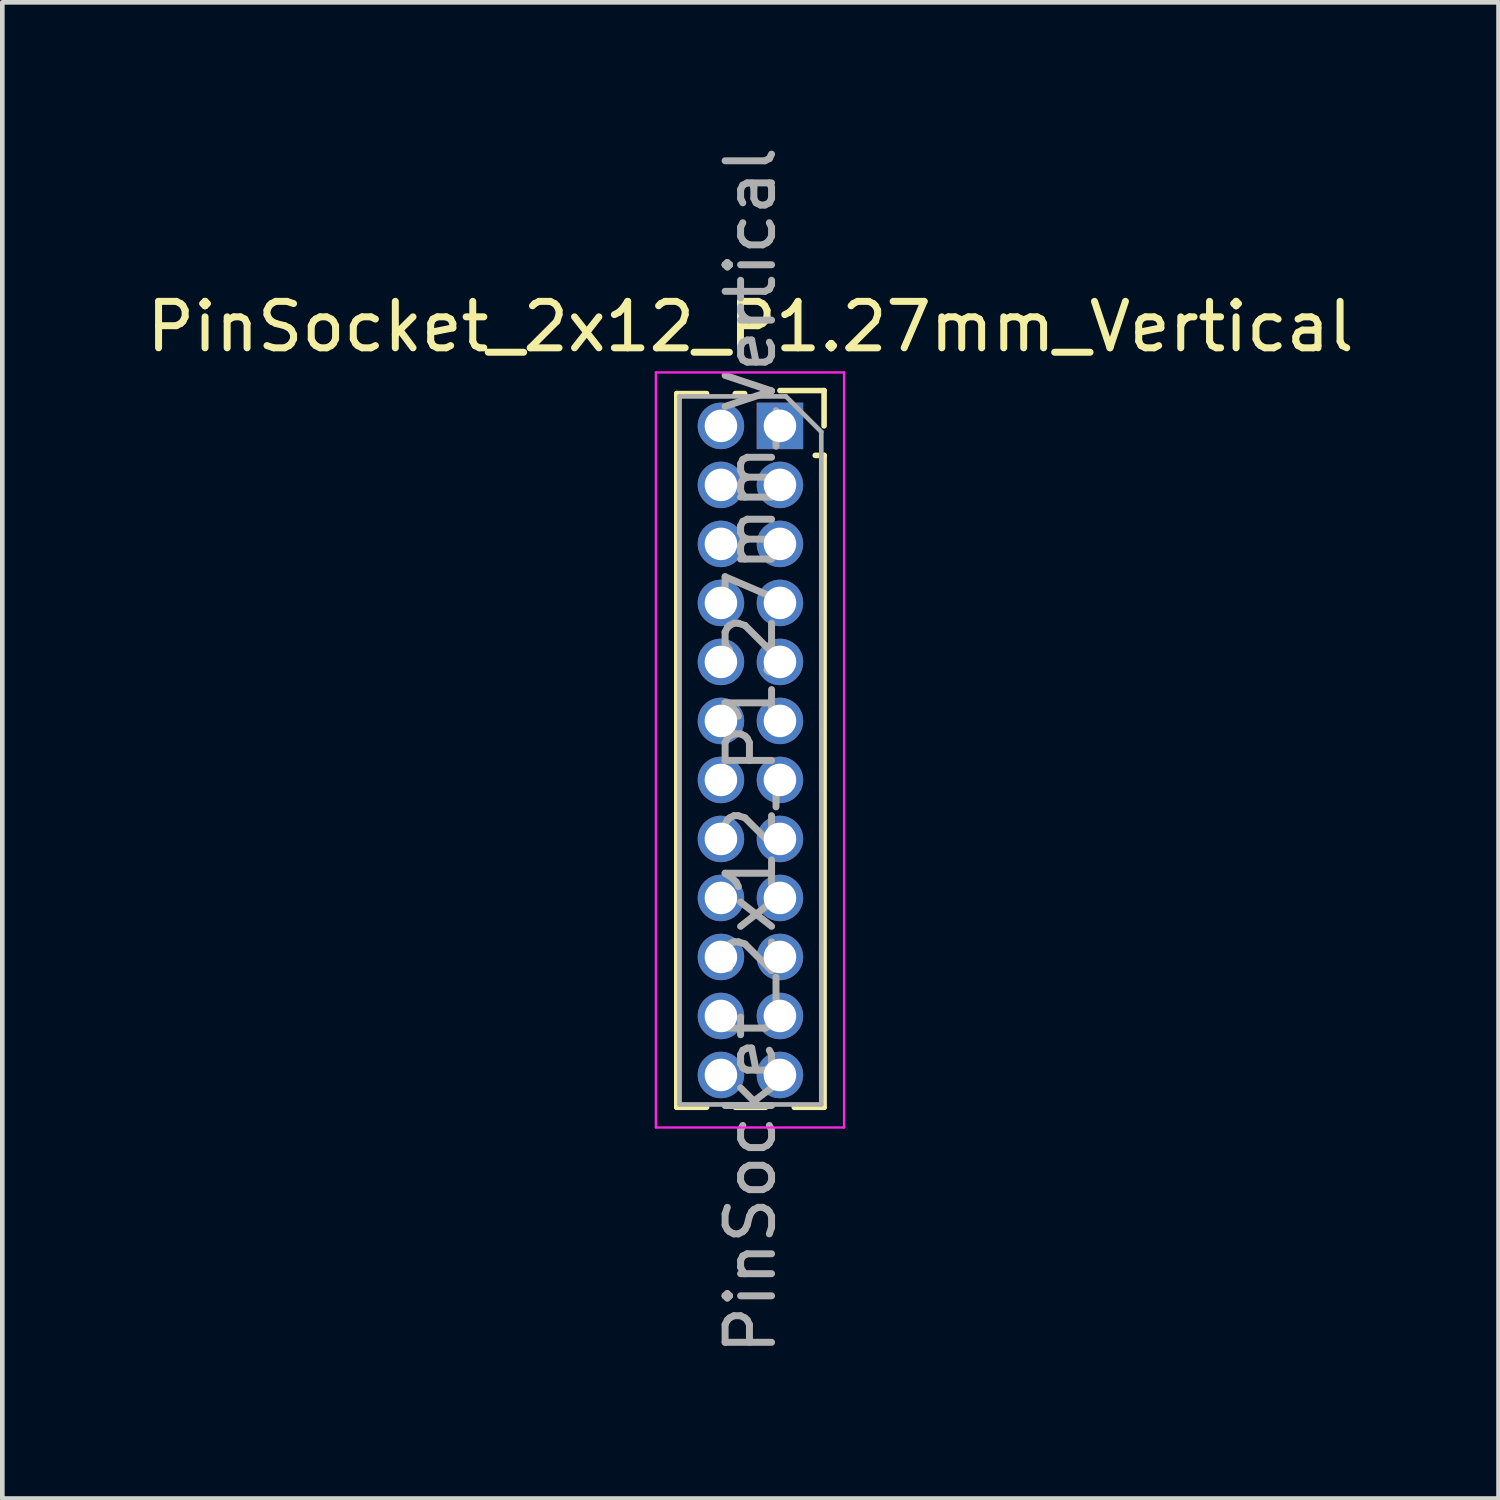
<source format=kicad_pcb>
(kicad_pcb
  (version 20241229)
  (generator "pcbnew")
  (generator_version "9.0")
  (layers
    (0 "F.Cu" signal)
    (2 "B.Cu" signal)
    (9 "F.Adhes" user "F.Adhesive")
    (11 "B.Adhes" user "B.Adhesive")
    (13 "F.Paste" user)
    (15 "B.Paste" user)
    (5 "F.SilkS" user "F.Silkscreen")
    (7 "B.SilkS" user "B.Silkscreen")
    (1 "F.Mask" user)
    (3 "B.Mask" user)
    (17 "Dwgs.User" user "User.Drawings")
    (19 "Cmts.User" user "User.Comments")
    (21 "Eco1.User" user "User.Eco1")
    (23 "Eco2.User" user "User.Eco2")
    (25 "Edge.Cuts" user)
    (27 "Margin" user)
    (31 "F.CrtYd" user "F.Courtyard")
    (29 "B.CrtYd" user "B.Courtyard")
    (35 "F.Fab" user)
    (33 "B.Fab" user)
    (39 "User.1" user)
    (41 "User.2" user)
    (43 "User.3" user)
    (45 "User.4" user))
  (footprint "PinSocket_2x12_P1.27mm_Vertical"
    (layer "F.Cu")
    (at 13.736 6.116)
    (property "Reference" "PinSocket_2x12_P1.27mm_Vertical" (at -0.635 -2.135 0) (layer "F.SilkS") (effects (font (size 1 1) (thickness 0.15))))
    (attr through_hole)
    (fp_line (start -2.22 -0.695) (end -2.22 14.665) (stroke (width 0.12) (type solid)) (layer "F.SilkS"))
    (fp_line (start -2.22 -0.695) (end -1.578 -0.695) (stroke (width 0.12) (type solid)) (layer "F.SilkS"))
    (fp_line (start -2.22 14.665) (end -1.578 14.665) (stroke (width 0.12) (type solid)) (layer "F.SilkS"))
    (fp_line (start -0.962 -0.695) (end -0.76 -0.695) (stroke (width 0.12) (type solid)) (layer "F.SilkS"))
    (fp_line (start -0.962 14.665) (end -0.308 14.665) (stroke (width 0.12) (type solid)) (layer "F.SilkS"))
    (fp_line (start 0 -0.76) (end 0.95 -0.76) (stroke (width 0.12) (type solid)) (layer "F.SilkS"))
    (fp_line (start 0.308 14.665) (end 0.95 14.665) (stroke (width 0.12) (type solid)) (layer "F.SilkS"))
    (fp_line (start 0.76 0.635) (end 0.95 0.635) (stroke (width 0.12) (type solid)) (layer "F.SilkS"))
    (fp_line (start 0.95 -0.76) (end 0.95 0) (stroke (width 0.12) (type solid)) (layer "F.SilkS"))
    (fp_line (start 0.95 0.635) (end 0.95 14.665) (stroke (width 0.12) (type solid)) (layer "F.SilkS"))
    (fp_line (start -2.67 -1.15) (end 1.38 -1.15) (stroke (width 0.05) (type solid)) (layer "F.CrtYd"))
    (fp_line (start -2.67 15.1) (end -2.67 -1.15) (stroke (width 0.05) (type solid)) (layer "F.CrtYd"))
    (fp_line (start 1.38 -1.15) (end 1.38 15.1) (stroke (width 0.05) (type solid)) (layer "F.CrtYd"))
    (fp_line (start 1.38 15.1) (end -2.67 15.1) (stroke (width 0.05) (type solid)) (layer "F.CrtYd"))
    (fp_line (start -2.16 -0.635) (end 0.128 -0.635) (stroke (width 0.1) (type solid)) (layer "F.Fab"))
    (fp_line (start -2.16 14.605) (end -2.16 -0.635) (stroke (width 0.1) (type solid)) (layer "F.Fab"))
    (fp_line (start 0.128 -0.635) (end 0.89 0.128) (stroke (width 0.1) (type solid)) (layer "F.Fab"))
    (fp_line (start 0.89 0.128) (end 0.89 14.605) (stroke (width 0.1) (type solid)) (layer "F.Fab"))
    (fp_line (start 0.89 14.605) (end -2.16 14.605) (stroke (width 0.1) (type solid)) (layer "F.Fab"))
    (fp_text user "${REFERENCE}" (at -0.635 6.985 90) (layer "F.Fab") (effects (font (size 1 1) (thickness 0.15))))
    (pad "1" thru_hole rect (at 0 0) (size 1 1) (drill 0.7) (layers "*.Cu" "*.Mask"))
    (pad "2" thru_hole circle (at -1.27 0) (size 1 1) (drill 0.7) (layers "*.Cu" "*.Mask"))
    (pad "3" thru_hole circle (at 0 1.27) (size 1 1) (drill 0.7) (layers "*.Cu" "*.Mask"))
    (pad "4" thru_hole circle (at -1.27 1.27) (size 1 1) (drill 0.7) (layers "*.Cu" "*.Mask"))
    (pad "5" thru_hole circle (at 0 2.54) (size 1 1) (drill 0.7) (layers "*.Cu" "*.Mask"))
    (pad "6" thru_hole circle (at -1.27 2.54) (size 1 1) (drill 0.7) (layers "*.Cu" "*.Mask"))
    (pad "7" thru_hole circle (at 0 3.81) (size 1 1) (drill 0.7) (layers "*.Cu" "*.Mask"))
    (pad "8" thru_hole circle (at -1.27 3.81) (size 1 1) (drill 0.7) (layers "*.Cu" "*.Mask"))
    (pad "9" thru_hole circle (at 0 5.08) (size 1 1) (drill 0.7) (layers "*.Cu" "*.Mask"))
    (pad "10" thru_hole circle (at -1.27 5.08) (size 1 1) (drill 0.7) (layers "*.Cu" "*.Mask"))
    (pad "11" thru_hole circle (at 0 6.35) (size 1 1) (drill 0.7) (layers "*.Cu" "*.Mask"))
    (pad "12" thru_hole circle (at -1.27 6.35) (size 1 1) (drill 0.7) (layers "*.Cu" "*.Mask"))
    (pad "13" thru_hole circle (at 0 7.62) (size 1 1) (drill 0.7) (layers "*.Cu" "*.Mask"))
    (pad "14" thru_hole circle (at -1.27 7.62) (size 1 1) (drill 0.7) (layers "*.Cu" "*.Mask"))
    (pad "15" thru_hole circle (at 0 8.89) (size 1 1) (drill 0.7) (layers "*.Cu" "*.Mask"))
    (pad "16" thru_hole circle (at -1.27 8.89) (size 1 1) (drill 0.7) (layers "*.Cu" "*.Mask"))
    (pad "17" thru_hole circle (at 0 10.16) (size 1 1) (drill 0.7) (layers "*.Cu" "*.Mask"))
    (pad "18" thru_hole circle (at -1.27 10.16) (size 1 1) (drill 0.7) (layers "*.Cu" "*.Mask"))
    (pad "19" thru_hole circle (at 0 11.43) (size 1 1) (drill 0.7) (layers "*.Cu" "*.Mask"))
    (pad "20" thru_hole circle (at -1.27 11.43) (size 1 1) (drill 0.7) (layers "*.Cu" "*.Mask"))
    (pad "21" thru_hole circle (at 0 12.7) (size 1 1) (drill 0.7) (layers "*.Cu" "*.Mask"))
    (pad "22" thru_hole circle (at -1.27 12.7) (size 1 1) (drill 0.7) (layers "*.Cu" "*.Mask"))
    (pad "23" thru_hole circle (at 0 13.97) (size 1 1) (drill 0.7) (layers "*.Cu" "*.Mask"))
    (pad "24" thru_hole circle (at -1.27 13.97) (size 1 1) (drill 0.7) (layers "*.Cu" "*.Mask")))
  (gr_rect
    (start -3 -3)
    (end 29.202 29.202)
    (stroke (width 0.1) (type default))
    (fill no)
    (layer "Edge.Cuts")))
</source>
